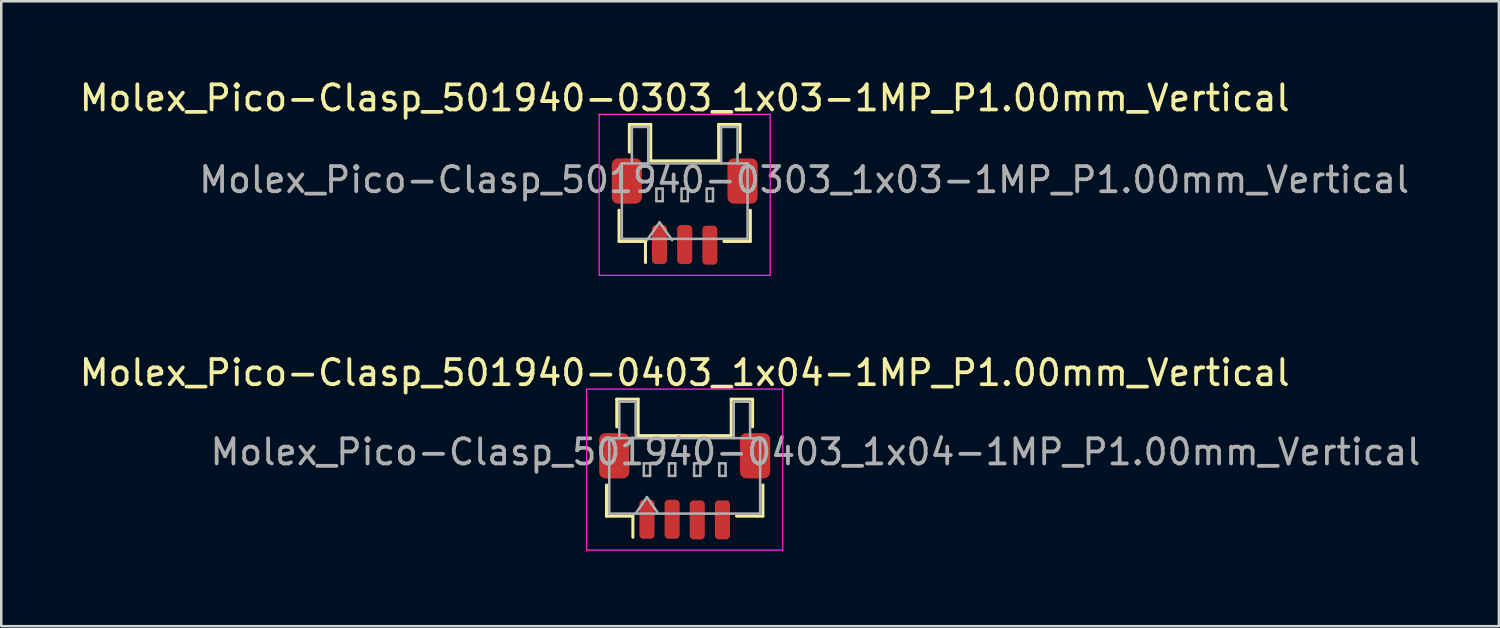
<source format=kicad_pcb>
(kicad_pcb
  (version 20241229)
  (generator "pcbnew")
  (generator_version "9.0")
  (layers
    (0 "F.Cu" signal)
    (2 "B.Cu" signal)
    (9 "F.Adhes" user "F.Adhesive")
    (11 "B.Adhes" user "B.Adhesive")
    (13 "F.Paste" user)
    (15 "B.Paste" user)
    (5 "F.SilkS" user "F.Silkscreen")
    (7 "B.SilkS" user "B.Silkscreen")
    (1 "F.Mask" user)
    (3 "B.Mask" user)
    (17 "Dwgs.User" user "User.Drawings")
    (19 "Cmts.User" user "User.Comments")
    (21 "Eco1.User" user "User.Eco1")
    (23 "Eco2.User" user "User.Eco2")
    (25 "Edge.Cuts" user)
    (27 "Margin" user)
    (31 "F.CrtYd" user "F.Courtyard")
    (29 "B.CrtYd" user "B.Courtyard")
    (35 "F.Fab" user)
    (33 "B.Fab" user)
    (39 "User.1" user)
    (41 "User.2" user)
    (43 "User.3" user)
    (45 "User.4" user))
  (footprint "Molex_Pico-Clasp_501940-0303_1x03-1MP_P1.00mm_Vertical"
    (layer "F.Cu")
    (at 24.173 4.698)
    (property "Reference" "Molex_Pico-Clasp_501940-0303_1x03-1MP_P1.00mm_Vertical" (at 0 -3.85 0) (layer "F.SilkS") (effects (font (size 1 1) (thickness 0.15))))
    (attr smd)
    (fp_line (start -2.61 0.61) (end -2.61 1.85) (stroke (width 0.12) (type solid)) (layer "F.SilkS"))
    (fp_line (start -2.61 1.85) (end -1.56 1.85) (stroke (width 0.12) (type solid)) (layer "F.SilkS"))
    (fp_line (start -2.2 -2.8) (end -1.35 -2.8) (stroke (width 0.12) (type solid)) (layer "F.SilkS"))
    (fp_line (start -2.2 -1.7) (end -2.2 -2.8) (stroke (width 0.12) (type solid)) (layer "F.SilkS"))
    (fp_line (start -1.56 1.85) (end -1.56 2.69) (stroke (width 0.12) (type solid)) (layer "F.SilkS"))
    (fp_line (start -1.35 -2.8) (end -1.35 -1.35) (stroke (width 0.12) (type solid)) (layer "F.SilkS"))
    (fp_line (start -1.35 -1.35) (end 1.35 -1.35) (stroke (width 0.12) (type solid)) (layer "F.SilkS"))
    (fp_line (start 1.35 -2.8) (end 2.2 -2.8) (stroke (width 0.12) (type solid)) (layer "F.SilkS"))
    (fp_line (start 1.35 -1.35) (end 1.35 -2.8) (stroke (width 0.12) (type solid)) (layer "F.SilkS"))
    (fp_line (start 2.2 -2.8) (end 2.2 -1.7) (stroke (width 0.12) (type solid)) (layer "F.SilkS"))
    (fp_line (start 2.61 0.61) (end 2.61 1.85) (stroke (width 0.12) (type solid)) (layer "F.SilkS"))
    (fp_line (start 2.61 1.85) (end 1.56 1.85) (stroke (width 0.12) (type solid)) (layer "F.SilkS"))
    (fp_line (start -3.4 -3.2) (end -3.4 3.2) (stroke (width 0.05) (type solid)) (layer "F.CrtYd"))
    (fp_line (start -3.4 3.2) (end 3.4 3.2) (stroke (width 0.05) (type solid)) (layer "F.CrtYd"))
    (fp_line (start 3.4 -3.2) (end -3.4 -3.2) (stroke (width 0.05) (type solid)) (layer "F.CrtYd"))
    (fp_line (start 3.4 3.2) (end 3.4 -3.2) (stroke (width 0.05) (type solid)) (layer "F.CrtYd"))
    (fp_line (start -2.5 -1.25) (end 2.5 -1.25) (stroke (width 0.1) (type solid)) (layer "F.Fab"))
    (fp_line (start -2.5 1.75) (end -2.5 -1.25) (stroke (width 0.1) (type solid)) (layer "F.Fab"))
    (fp_line (start -2.5 1.75) (end 2.5 1.75) (stroke (width 0.1) (type solid)) (layer "F.Fab"))
    (fp_line (start -2.1 -2.7) (end -1.45 -2.7) (stroke (width 0.1) (type solid)) (layer "F.Fab"))
    (fp_line (start -2.1 -1.25) (end -2.1 -2.7) (stroke (width 0.1) (type solid)) (layer "F.Fab"))
    (fp_line (start -1.5 1.8) (end -1 1.093) (stroke (width 0.1) (type solid)) (layer "F.Fab"))
    (fp_line (start -1.45 -2.7) (end -1.45 -1.25) (stroke (width 0.1) (type solid)) (layer "F.Fab"))
    (fp_line (start -1.125 -0.25) (end -1.125 0.25) (stroke (width 0.1) (type solid)) (layer "F.Fab"))
    (fp_line (start -1.125 0.25) (end -0.875 0.25) (stroke (width 0.1) (type solid)) (layer "F.Fab"))
    (fp_line (start -1 1.093) (end -0.5 1.8) (stroke (width 0.1) (type solid)) (layer "F.Fab"))
    (fp_line (start -0.875 -0.25) (end -1.125 -0.25) (stroke (width 0.1) (type solid)) (layer "F.Fab"))
    (fp_line (start -0.875 0.25) (end -0.875 -0.25) (stroke (width 0.1) (type solid)) (layer "F.Fab"))
    (fp_line (start -0.125 -0.25) (end -0.125 0.25) (stroke (width 0.1) (type solid)) (layer "F.Fab"))
    (fp_line (start -0.125 0.25) (end 0.125 0.25) (stroke (width 0.1) (type solid)) (layer "F.Fab"))
    (fp_line (start 0.125 -0.25) (end -0.125 -0.25) (stroke (width 0.1) (type solid)) (layer "F.Fab"))
    (fp_line (start 0.125 0.25) (end 0.125 -0.25) (stroke (width 0.1) (type solid)) (layer "F.Fab"))
    (fp_line (start 0.875 -0.25) (end 0.875 0.25) (stroke (width 0.1) (type solid)) (layer "F.Fab"))
    (fp_line (start 0.875 0.25) (end 1.125 0.25) (stroke (width 0.1) (type solid)) (layer "F.Fab"))
    (fp_line (start 1.125 -0.25) (end 0.875 -0.25) (stroke (width 0.1) (type solid)) (layer "F.Fab"))
    (fp_line (start 1.125 0.25) (end 1.125 -0.25) (stroke (width 0.1) (type solid)) (layer "F.Fab"))
    (fp_line (start 1.45 -2.7) (end 1.45 -1.25) (stroke (width 0.1) (type solid)) (layer "F.Fab"))
    (fp_line (start 2.1 -2.7) (end 1.45 -2.7) (stroke (width 0.1) (type solid)) (layer "F.Fab"))
    (fp_line (start 2.1 -1.25) (end 2.1 -2.7) (stroke (width 0.1) (type solid)) (layer "F.Fab"))
    (fp_line (start 2.5 1.75) (end 2.5 -1.25) (stroke (width 0.1) (type solid)) (layer "F.Fab"))
    (fp_text user "${REFERENCE}" (at 4.75 -0.6 0) (layer "F.Fab") (effects (font (size 1 1) (thickness 0.15))))
    (pad "1" smd roundrect (at -1 1.975) (size 0.6 1.55) (layers "F.Cu" "F.Mask" "F.Paste") (roundrect_rratio 0.25))
    (pad "2" smd roundrect (at 0 1.975) (size 0.6 1.55) (layers "F.Cu" "F.Mask" "F.Paste") (roundrect_rratio 0.25))
    (pad "3" smd roundrect (at 1 2) (size 0.6 1.55) (layers "F.Cu" "F.Mask" "F.Paste") (roundrect_rratio 0.25))
    (pad "MP" smd roundrect (at -2.3 -0.55) (size 1.2 1.8) (layers "F.Cu" "F.Mask" "F.Paste") (roundrect_rratio 0.208))
    (pad "MP" smd roundrect (at 2.3 -0.55) (size 1.2 1.8) (layers "F.Cu" "F.Mask" "F.Paste") (roundrect_rratio 0.208)))
  (footprint "Molex_Pico-Clasp_501940-0403_1x04-1MP_P1.00mm_Vertical"
    (layer "F.Cu")
    (at 24.173 15.621)
    (property "Reference" "Molex_Pico-Clasp_501940-0403_1x04-1MP_P1.00mm_Vertical" (at 0 -3.85 0) (layer "F.SilkS") (effects (font (size 1 1) (thickness 0.15))))
    (attr smd)
    (fp_line (start -3.11 0.61) (end -3.11 1.85) (stroke (width 0.12) (type solid)) (layer "F.SilkS"))
    (fp_line (start -3.11 1.85) (end -2.06 1.85) (stroke (width 0.12) (type solid)) (layer "F.SilkS"))
    (fp_line (start -2.7 -2.8) (end -1.85 -2.8) (stroke (width 0.12) (type solid)) (layer "F.SilkS"))
    (fp_line (start -2.7 -1.7) (end -2.7 -2.8) (stroke (width 0.12) (type solid)) (layer "F.SilkS"))
    (fp_line (start -2.06 1.85) (end -2.06 2.69) (stroke (width 0.12) (type solid)) (layer "F.SilkS"))
    (fp_line (start -1.85 -2.8) (end -1.85 -1.35) (stroke (width 0.12) (type solid)) (layer "F.SilkS"))
    (fp_line (start -1.85 -1.35) (end 1.85 -1.35) (stroke (width 0.12) (type solid)) (layer "F.SilkS"))
    (fp_line (start 1.85 -2.8) (end 2.7 -2.8) (stroke (width 0.12) (type solid)) (layer "F.SilkS"))
    (fp_line (start 1.85 -1.35) (end 1.85 -2.8) (stroke (width 0.12) (type solid)) (layer "F.SilkS"))
    (fp_line (start 2.7 -2.8) (end 2.7 -1.7) (stroke (width 0.12) (type solid)) (layer "F.SilkS"))
    (fp_line (start 3.11 0.61) (end 3.11 1.85) (stroke (width 0.12) (type solid)) (layer "F.SilkS"))
    (fp_line (start 3.11 1.85) (end 2.06 1.85) (stroke (width 0.12) (type solid)) (layer "F.SilkS"))
    (fp_line (start -3.9 -3.2) (end -3.9 3.2) (stroke (width 0.05) (type solid)) (layer "F.CrtYd"))
    (fp_line (start -3.9 3.2) (end 3.9 3.2) (stroke (width 0.05) (type solid)) (layer "F.CrtYd"))
    (fp_line (start 3.9 -3.2) (end -3.9 -3.2) (stroke (width 0.05) (type solid)) (layer "F.CrtYd"))
    (fp_line (start 3.9 3.2) (end 3.9 -3.2) (stroke (width 0.05) (type solid)) (layer "F.CrtYd"))
    (fp_line (start -3 -1.25) (end 3 -1.25) (stroke (width 0.1) (type solid)) (layer "F.Fab"))
    (fp_line (start -3 1.75) (end -3 -1.25) (stroke (width 0.1) (type solid)) (layer "F.Fab"))
    (fp_line (start -3 1.75) (end 3 1.75) (stroke (width 0.1) (type solid)) (layer "F.Fab"))
    (fp_line (start -2.6 -2.7) (end -1.95 -2.7) (stroke (width 0.1) (type solid)) (layer "F.Fab"))
    (fp_line (start -2.6 -1.25) (end -2.6 -2.7) (stroke (width 0.1) (type solid)) (layer "F.Fab"))
    (fp_line (start -1.95 -2.7) (end -1.95 -1.25) (stroke (width 0.1) (type solid)) (layer "F.Fab"))
    (fp_line (start -1.95 1.75) (end -1.5 1.093) (stroke (width 0.1) (type solid)) (layer "F.Fab"))
    (fp_line (start -1.625 -0.25) (end -1.625 0.25) (stroke (width 0.1) (type solid)) (layer "F.Fab"))
    (fp_line (start -1.625 0.25) (end -1.375 0.25) (stroke (width 0.1) (type solid)) (layer "F.Fab"))
    (fp_line (start -1.5 1.093) (end -1.05 1.75) (stroke (width 0.1) (type solid)) (layer "F.Fab"))
    (fp_line (start -1.375 -0.25) (end -1.625 -0.25) (stroke (width 0.1) (type solid)) (layer "F.Fab"))
    (fp_line (start -1.375 0.25) (end -1.375 -0.25) (stroke (width 0.1) (type solid)) (layer "F.Fab"))
    (fp_line (start -0.625 -0.25) (end -0.625 0.25) (stroke (width 0.1) (type solid)) (layer "F.Fab"))
    (fp_line (start -0.625 0.25) (end -0.375 0.25) (stroke (width 0.1) (type solid)) (layer "F.Fab"))
    (fp_line (start -0.375 -0.25) (end -0.625 -0.25) (stroke (width 0.1) (type solid)) (layer "F.Fab"))
    (fp_line (start -0.375 0.25) (end -0.375 -0.25) (stroke (width 0.1) (type solid)) (layer "F.Fab"))
    (fp_line (start 0.375 -0.25) (end 0.375 0.25) (stroke (width 0.1) (type solid)) (layer "F.Fab"))
    (fp_line (start 0.375 0.25) (end 0.625 0.25) (stroke (width 0.1) (type solid)) (layer "F.Fab"))
    (fp_line (start 0.625 -0.25) (end 0.375 -0.25) (stroke (width 0.1) (type solid)) (layer "F.Fab"))
    (fp_line (start 0.625 0.25) (end 0.625 -0.25) (stroke (width 0.1) (type solid)) (layer "F.Fab"))
    (fp_line (start 1.375 -0.25) (end 1.375 0.25) (stroke (width 0.1) (type solid)) (layer "F.Fab"))
    (fp_line (start 1.375 0.25) (end 1.625 0.25) (stroke (width 0.1) (type solid)) (layer "F.Fab"))
    (fp_line (start 1.625 -0.25) (end 1.375 -0.25) (stroke (width 0.1) (type solid)) (layer "F.Fab"))
    (fp_line (start 1.625 0.25) (end 1.625 -0.25) (stroke (width 0.1) (type solid)) (layer "F.Fab"))
    (fp_line (start 1.95 -2.7) (end 1.95 -1.25) (stroke (width 0.1) (type solid)) (layer "F.Fab"))
    (fp_line (start 2.6 -2.7) (end 1.95 -2.7) (stroke (width 0.1) (type solid)) (layer "F.Fab"))
    (fp_line (start 2.6 -1.25) (end 2.6 -2.7) (stroke (width 0.1) (type solid)) (layer "F.Fab"))
    (fp_line (start 3 1.75) (end 3 -1.25) (stroke (width 0.1) (type solid)) (layer "F.Fab"))
    (fp_text user "${REFERENCE}" (at 5.2 -0.7 0) (layer "F.Fab") (effects (font (size 1 1) (thickness 0.15))))
    (pad "1" smd roundrect (at -1.5 1.975) (size 0.6 1.55) (layers "F.Cu" "F.Mask" "F.Paste") (roundrect_rratio 0.25))
    (pad "2" smd roundrect (at -0.5 1.975) (size 0.6 1.55) (layers "F.Cu" "F.Mask" "F.Paste") (roundrect_rratio 0.25))
    (pad "3" smd roundrect (at 0.5 2) (size 0.6 1.55) (layers "F.Cu" "F.Mask" "F.Paste") (roundrect_rratio 0.25))
    (pad "4" smd roundrect (at 1.5 2) (size 0.6 1.55) (layers "F.Cu" "F.Mask" "F.Paste") (roundrect_rratio 0.25))
    (pad "MP" smd roundrect (at -2.8 -0.55) (size 1.2 1.8) (layers "F.Cu" "F.Mask" "F.Paste") (roundrect_rratio 0.208))
    (pad "MP" smd roundrect (at 2.8 -0.55) (size 1.2 1.8) (layers "F.Cu" "F.Mask" "F.Paste") (roundrect_rratio 0.208)))
  (gr_rect
    (start -3 -3)
    (end 56.545 21.846)
    (stroke (width 0.1) (type default))
    (fill no)
    (layer "Edge.Cuts")))
</source>
